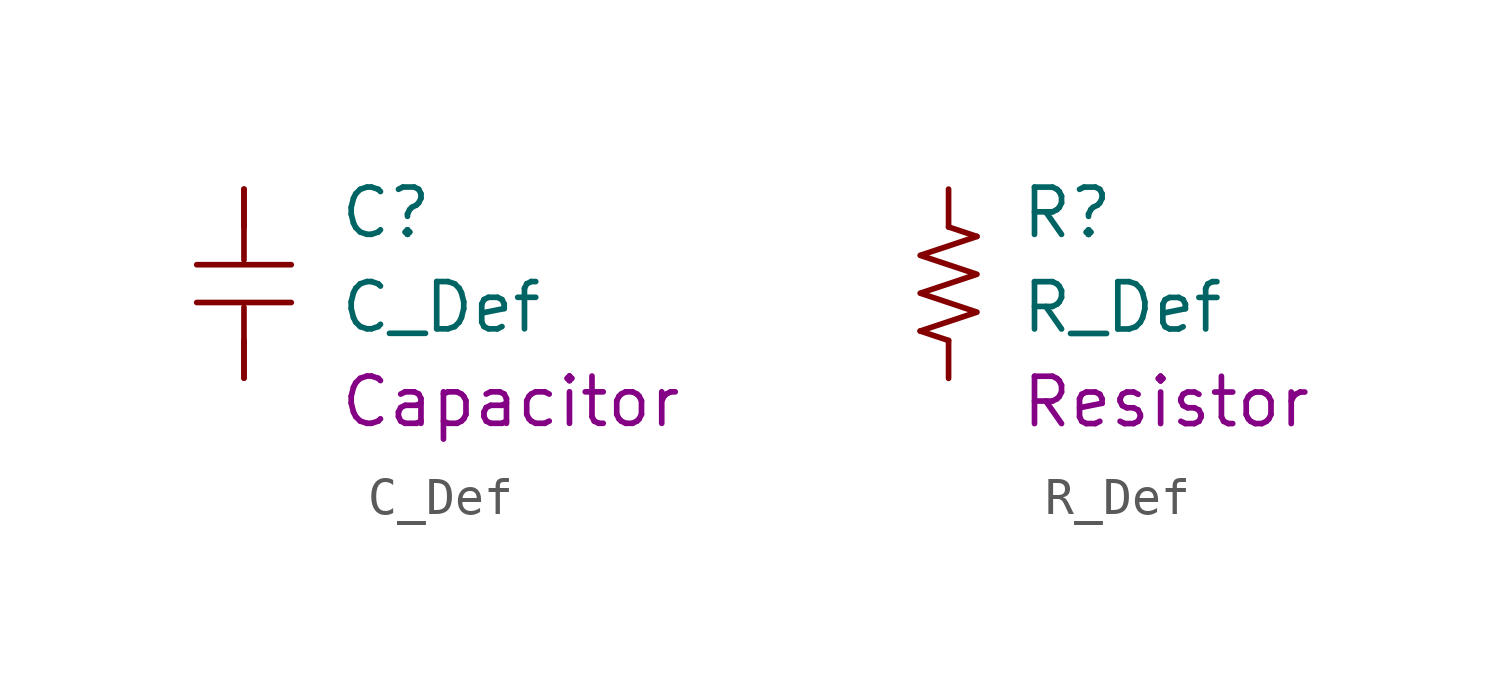
<source format=kicad_sym>
(kicad_symbol_lib
  (version 20211014)
  (generator kicad_symbol_editor)
  (symbol "C_Def"
    (pin_numbers hide)
    (pin_names
      (offset 0.254) hide)
    (property "Reference" "C"
      (at 2.54 1.905 0)
      (effects (font (size 1.27 1.27)) (justify left)))
    (property "Value" "C_Def"
      (at 2.54 -0.635 0)
      (effects (font (size 1.27 1.27)) (justify left)))
    (property "Package_Class" "Capacitor"
      (at 2.54 -3.175 0)
      (effects (font (size 1.27 1.27)) (justify left)))
    (symbol "C_Def_0_1"
      (polyline (pts (xy -1.27 0.508) (xy 1.27 0.508)) (stroke (width 0) (type default) (color 0 0 0 0)) (fill (type none)))
      (polyline (pts (xy 0 -2.54) (xy 0 -0.635)) (stroke (width 0) (type default) (color 0 0 0 0)) (fill (type none)))
      (polyline (pts (xy 0 0.635) (xy 0 2.54)) (stroke (width 0) (type default) (color 0 0 0 0)) (fill (type none)))
      (polyline (pts (xy 1.27 -0.508) (xy -1.27 -0.508)) (stroke (width 0) (type default) (color 0 0 0 0)) (fill (type none))))
    (symbol "C_Def_1_1"
      (pin passive line (at 0 2.54 270) (length 1.016) (name "~" (effects (font (size 1.27 1.27)))) (number "1" (effects (font (size 1.27 1.27)))))
      (pin passive line (at 0 -2.54 90) (length 1.016) (name "~" (effects (font (size 1.27 1.27)))) (number "2" (effects (font (size 1.27 1.27)))))))
  (symbol "R_Def"
    (pin_numbers hide)
    (pin_names
      (offset 0.254) hide)
    (property "Reference" "R"
      (at 1.905 1.905 0)
      (effects (font (size 1.27 1.27)) (justify left)))
    (property "Value" "R_Def"
      (at 1.905 -0.635 0)
      (effects (font (size 1.27 1.27)) (justify left)))
    (property "Package_Class" "Resistor"
      (at 1.905 -3.175 0)
      (effects (font (size 1.27 1.27)) (justify left)))
    (symbol "R_Def_0_1"
      (polyline (pts (xy -0.762 -1.27) (xy 0 -1.524)) (stroke (width 0) (type default) (color 0 0 0 0)) (fill (type none)))
      (polyline (pts (xy 0.762 1.27) (xy 0 1.524)) (stroke (width 0) (type default) (color 0 0 0 0)) (fill (type none)))
      (polyline (pts (xy 0.762 1.27) (xy -0.762 0.762) (xy 0.762 0.254) (xy -0.762 -0.254) (xy 0.762 -0.762) (xy -0.762 -1.27)) (stroke (width 0) (type default) (color 0 0 0 0)) (fill (type none))))
    (symbol "R_Def_1_1"
      (pin passive line (at 0 2.54 270) (length 1.016) (name "~" (effects (font (size 1.27 1.27)))) (number "1" (effects (font (size 1.27 1.27)))))
      (pin passive line (at 0 -2.54 90) (length 1.016) (name "~" (effects (font (size 1.27 1.27)))) (number "2" (effects (font (size 1.27 1.27))))))))
</source>
